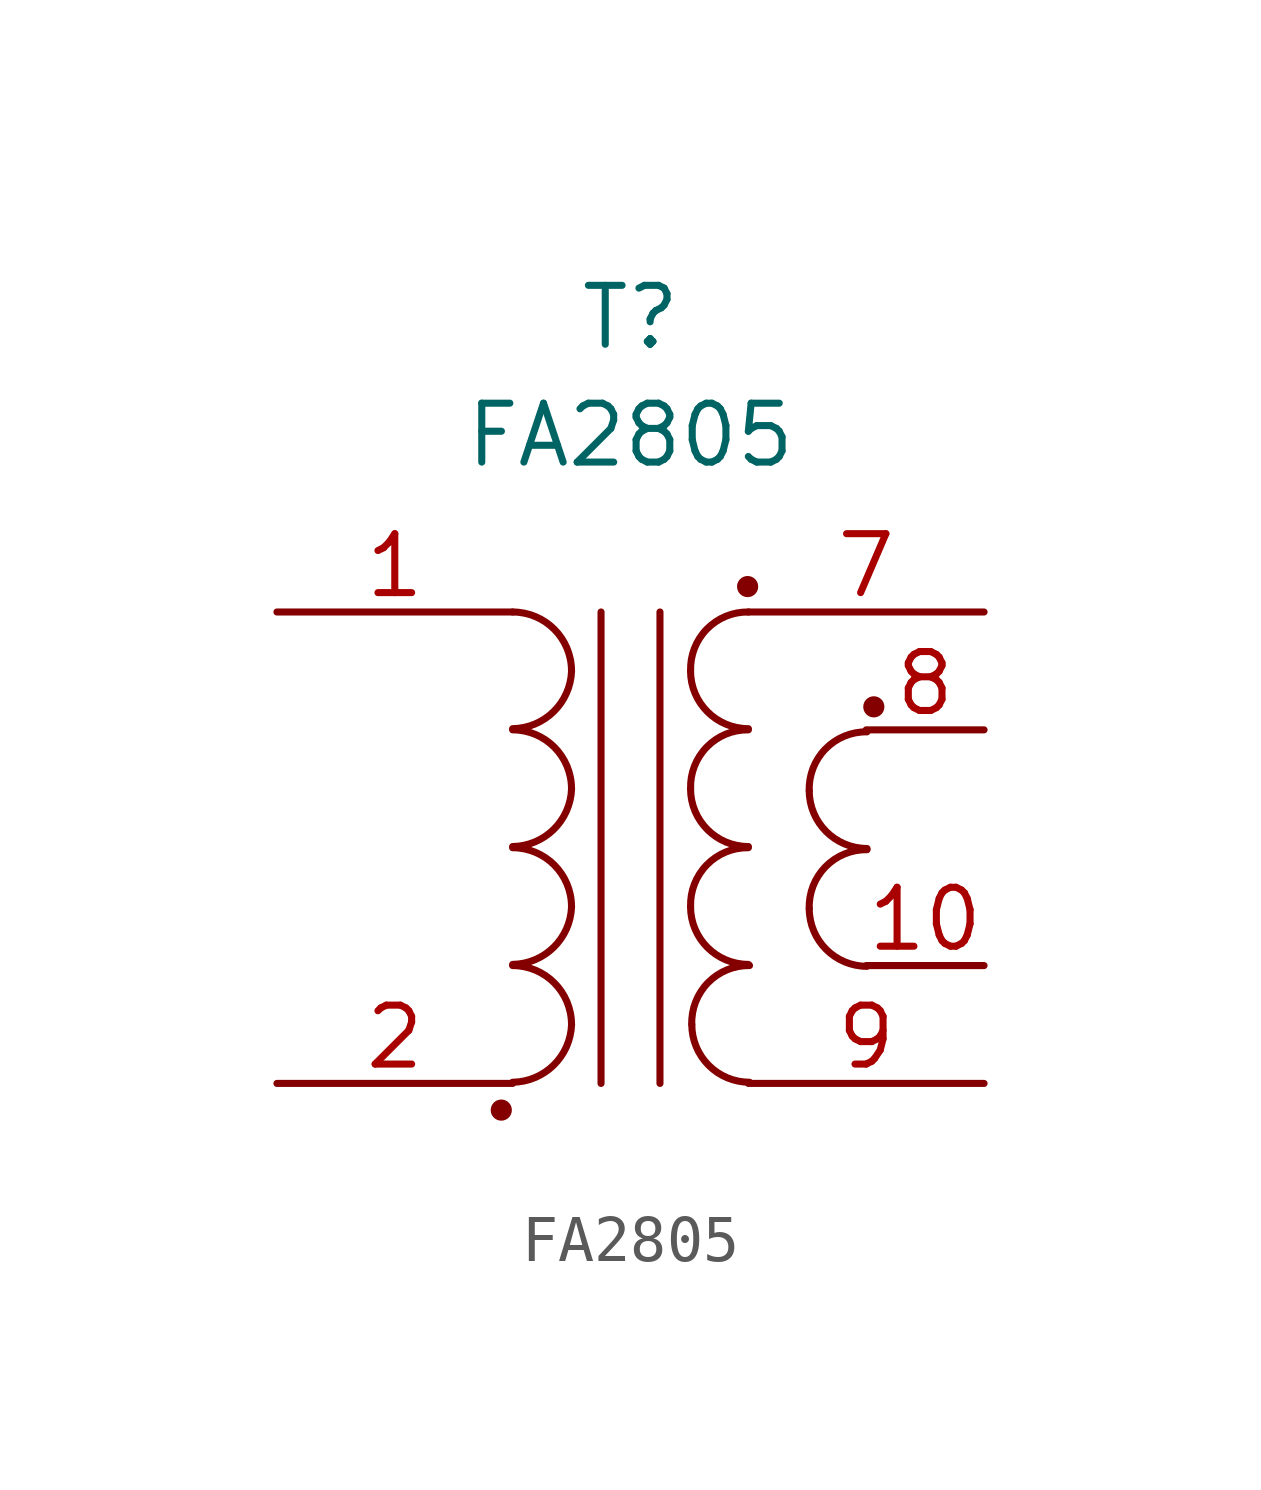
<source format=kicad_sym>
(kicad_symbol_lib
  (version 20211014)
  (generator kicad_symbol_editor)
  (symbol "FA2805"
    (property "Reference" "T"
      (at 0 11.43 0)
      (effects (font (size 1.27 1.27))))
    (property "Value" "FA2805"
      (at 0 8.89 0)
      (effects (font (size 1.27 1.27))))
    (symbol "FA2805_0_1"
      (circle (center -2.785 -5.655) (radius 0.152) (stroke (width 0) (type default) (color 0 0 0 0)) (fill (type outline)))
      (arc (start -2.54 -5.0546) (mid -1.6599 -4.6901) (end -1.27 -3.81) (stroke (width 0) (type default) (color 0 0 0 0)) (fill (type none)))
      (arc (start -2.54 -2.5146) (mid -1.6599 -2.1501) (end -1.27 -1.27) (stroke (width 0) (type default) (color 0 0 0 0)) (fill (type none)))
      (arc (start -2.54 0.0254) (mid -1.6599 0.3899) (end -1.27 1.27) (stroke (width 0) (type default) (color 0 0 0 0)) (fill (type none)))
      (arc (start -2.54 2.5654) (mid -1.6599 2.9299) (end -1.27 3.81) (stroke (width 0) (type default) (color 0 0 0 0)) (fill (type none)))
      (arc (start -1.27 -3.81) (mid -1.642 -2.912) (end -2.54 -2.54) (stroke (width 0) (type default) (color 0 0 0 0)) (fill (type none)))
      (arc (start -1.27 -1.27) (mid -1.642 -0.372) (end -2.54 0) (stroke (width 0) (type default) (color 0 0 0 0)) (fill (type none)))
      (arc (start -1.27 1.27) (mid -1.642 2.168) (end -2.54 2.54) (stroke (width 0) (type default) (color 0 0 0 0)) (fill (type none)))
      (arc (start -1.27 3.81) (mid -1.642 4.708) (end -2.54 5.08) (stroke (width 0) (type default) (color 0 0 0 0)) (fill (type none)))
      (polyline (pts (xy -0.635 5.08) (xy -0.635 -5.08)) (stroke (width 0) (type default) (color 0 0 0 0)) (fill (type none)))
      (polyline (pts (xy 0.635 -5.08) (xy 0.635 5.08)) (stroke (width 0) (type default) (color 0 0 0 0)) (fill (type none)))
      (arc (start 1.2954 -1.27) (mid 1.6599 -2.1501) (end 2.54 -2.5146) (stroke (width 0) (type default) (color 0 0 0 0)) (fill (type none)))
      (arc (start 1.2954 1.27) (mid 1.6599 0.3899) (end 2.54 0.0254) (stroke (width 0) (type default) (color 0 0 0 0)) (fill (type none)))
      (arc (start 1.2954 3.81) (mid 1.6599 2.9299) (end 2.54 2.5654) (stroke (width 0) (type default) (color 0 0 0 0)) (fill (type none)))
      (arc (start 1.3208 -3.81) (mid 1.6853 -4.6901) (end 2.5654 -5.0546) (stroke (width 0) (type default) (color 0 0 0 0)) (fill (type none)))
      (circle (center 2.524 5.628) (radius 0.152) (stroke (width 0) (type default) (color 0 0 0 0)) (fill (type outline)))
      (arc (start 2.54 0) (mid 1.642 -0.372) (end 1.2954 -1.27) (stroke (width 0) (type default) (color 0 0 0 0)) (fill (type none)))
      (arc (start 2.54 2.54) (mid 1.642 2.168) (end 1.2954 1.27) (stroke (width 0) (type default) (color 0 0 0 0)) (fill (type none)))
      (arc (start 2.54 5.08) (mid 1.642 4.708) (end 1.2954 3.81) (stroke (width 0) (type default) (color 0 0 0 0)) (fill (type none)))
      (arc (start 2.5654 -2.54) (mid 1.6674 -2.912) (end 1.3208 -3.81) (stroke (width 0) (type default) (color 0 0 0 0)) (fill (type none)))
      (arc (start 3.8524 -1.312) (mid 4.2169 -2.1921) (end 5.097 -2.5566) (stroke (width 0) (type default) (color 0 0 0 0)) (fill (type none)))
      (arc (start 3.8524 1.228) (mid 4.2169 0.3479) (end 5.097 -0.0166) (stroke (width 0) (type default) (color 0 0 0 0)) (fill (type none)))
      (arc (start 5.097 -0.042) (mid 4.2028 -0.4105) (end 3.8524 -1.312) (stroke (width 0) (type default) (color 0 0 0 0)) (fill (type none)))
      (arc (start 5.097 2.498) (mid 4.2028 2.1295) (end 3.8524 1.228) (stroke (width 0) (type default) (color 0 0 0 0)) (fill (type none)))
      (circle (center 5.244 3.036) (radius 0.152) (stroke (width 0) (type default) (color 0 0 0 0)) (fill (type outline))))
    (symbol "FA2805_1_1"
      (pin passive line (at -7.62 5.08 0) (length 5.08) (name "" (effects (font (size 1.27 1.27)))) (number "1" (effects (font (size 1.27 1.27)))))
      (pin passive line (at 7.62 -2.54 180) (length 2.54) (name "" (effects (font (size 1.27 1.27)))) (number "10" (effects (font (size 1.27 1.27)))))
      (pin passive line (at -7.62 -5.08 0) (length 5.08) (name "" (effects (font (size 1.27 1.27)))) (number "2" (effects (font (size 1.27 1.27)))))
      (pin passive line (at 7.62 5.08 180) (length 5.08) (name "" (effects (font (size 1.27 1.27)))) (number "7" (effects (font (size 1.27 1.27)))))
      (pin passive line (at 7.62 2.54 180) (length 2.54) (name "" (effects (font (size 1.27 1.27)))) (number "8" (effects (font (size 1.27 1.27)))))
      (pin passive line (at 7.62 -5.08 180) (length 5.08) (name "" (effects (font (size 1.27 1.27)))) (number "9" (effects (font (size 1.27 1.27))))))))
</source>
